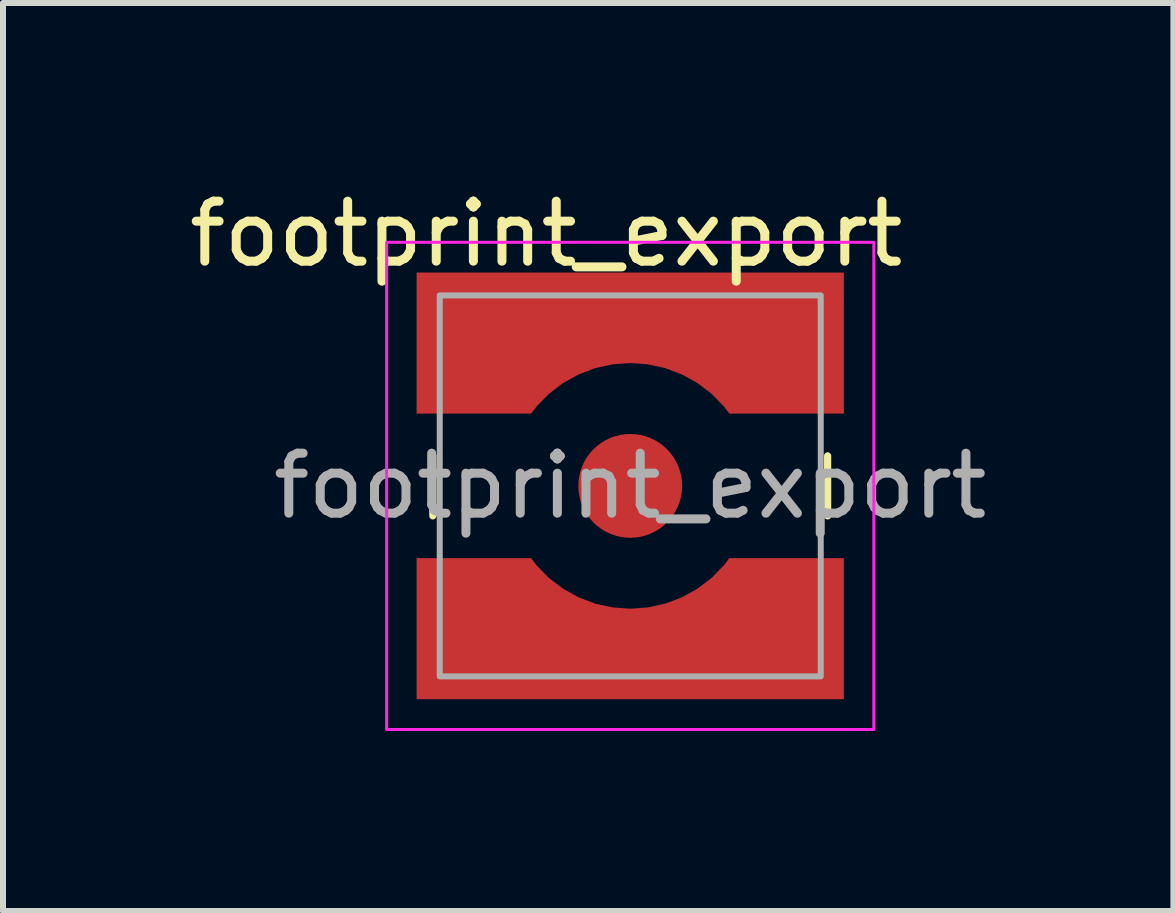
<source format=kicad_pcb>
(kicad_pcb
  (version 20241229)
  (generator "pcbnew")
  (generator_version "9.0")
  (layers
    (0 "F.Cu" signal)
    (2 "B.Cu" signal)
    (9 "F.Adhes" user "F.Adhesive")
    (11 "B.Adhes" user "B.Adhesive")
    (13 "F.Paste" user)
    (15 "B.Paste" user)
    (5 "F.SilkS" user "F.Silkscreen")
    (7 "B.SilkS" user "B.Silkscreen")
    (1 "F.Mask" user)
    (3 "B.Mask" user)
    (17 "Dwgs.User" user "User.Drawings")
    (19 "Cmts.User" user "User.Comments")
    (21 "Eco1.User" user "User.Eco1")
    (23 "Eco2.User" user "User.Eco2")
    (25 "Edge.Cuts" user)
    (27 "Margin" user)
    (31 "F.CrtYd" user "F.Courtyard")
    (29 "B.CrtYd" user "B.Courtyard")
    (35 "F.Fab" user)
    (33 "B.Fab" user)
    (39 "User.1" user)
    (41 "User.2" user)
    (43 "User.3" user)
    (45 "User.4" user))
  (footprint "footprint_export"
    (layer "F.Cu")
    (at 7.454 5.048)
    (property "Reference" "footprint_export" (at -1.4 -4.2 0) (unlocked yes) (layer "F.SilkS") (effects (font (size 1 1) (thickness 0.15))))
    (attr smd)
    (fp_line (start -3.29 -0.5) (end -3.29 0.5) (stroke (width 0.12) (type default)) (layer "F.SilkS"))
    (fp_line (start 3.29 -0.5) (end 3.29 0.5) (stroke (width 0.12) (type default)) (layer "F.SilkS"))
    (fp_poly (pts (xy -1.652 1.205) (xy -3.56 1.205) (xy -3.56 3.555) (xy -1.205 3.555) (xy -1.205 1.652) (xy -1.332 1.556) (xy -1.556 1.332)) (stroke (width 0.001) (type solid)) (fill yes) (layer "F.Paste"))
    (fp_poly (pts (xy -1.205 -1.652) (xy -1.205 -3.555) (xy -3.56 -3.555) (xy -3.56 -1.205) (xy -1.652 -1.205) (xy -1.556 -1.332) (xy -1.332 -1.556)) (stroke (width 0.001) (type solid)) (fill yes) (layer "F.Paste"))
    (fp_poly (pts (xy 1.205 1.652) (xy 1.205 3.555) (xy 3.56 3.555) (xy 3.56 1.205) (xy 1.652 1.205) (xy 1.556 1.332) (xy 1.332 1.556)) (stroke (width 0.001) (type solid)) (fill yes) (layer "F.Paste"))
    (fp_poly (pts (xy 1.652 -1.205) (xy 3.56 -1.205) (xy 3.56 -3.555) (xy 1.205 -3.555) (xy 1.205 -1.652) (xy 1.332 -1.556) (xy 1.556 -1.332)) (stroke (width 0.001) (type solid)) (fill yes) (layer "F.Paste"))
    (fp_rect (start 4.06 -4.06) (end -4.06 4.06) (stroke (width 0.05) (type default)) (fill no) (layer "F.CrtYd"))
    (fp_rect (start 3.175 -3.175) (end -3.175 3.175) (stroke (width 0.1) (type default)) (fill no) (layer "F.Fab"))
    (fp_text user "${REFERENCE}" (at 0 0 0) (unlocked yes) (layer "F.Fab") (effects (font (size 1 1) (thickness 0.15))))
    (pad "1" smd circle (at 0 0 270) (size 1.73 1.73) (layers "F.Cu" "F.Mask" "F.Paste"))
    (pad "2" smd custom (at 0 -2.8 90) (size 1 1) (layers "F.Cu" "F.Mask") (options (anchor rect)) (primitives (gr_poly (pts (xy -1.595 1.652) (xy -1.595 3.56) (xy 0.755 3.56) (xy 0.755 -3.56) (xy -1.595 -3.56) (xy -1.595 -1.652) (xy -1.477 -1.563) (xy -1.265 -1.356) (xy -1.086 -1.12) (xy -0.942 -0.861) (xy -0.837 -0.584) (xy -0.774 -0.295) (xy -0.752 0) (xy -0.774 0.295) (xy -0.837 0.584) (xy -0.942 0.861) (xy -1.086 1.12) (xy -1.265 1.356) (xy -1.477 1.563)) (width 0.001) (fill yes))))
    (pad "2" smd custom (at 0 2.8 270) (size 1 1) (layers "F.Cu" "F.Mask") (options (anchor rect)) (primitives (gr_poly (pts (xy -0.837 0.584) (xy -0.942 0.861) (xy -1.086 1.12) (xy -1.265 1.356) (xy -1.477 1.563) (xy -1.595 1.652) (xy -1.595 3.56) (xy 0.755 3.56) (xy 0.755 -3.56) (xy -1.595 -3.56) (xy -1.595 -1.652) (xy -1.477 -1.563) (xy -1.265 -1.356) (xy -1.086 -1.12) (xy -0.942 -0.861) (xy -0.837 -0.584) (xy -0.774 -0.295) (xy -0.752 0) (xy -0.774 0.295)) (width 0.001) (fill yes)))))
  (gr_rect
    (start -3 -3)
    (end 16.507 12.133)
    (stroke (width 0.1) (type default))
    (fill no)
    (layer "Edge.Cuts")))
</source>
